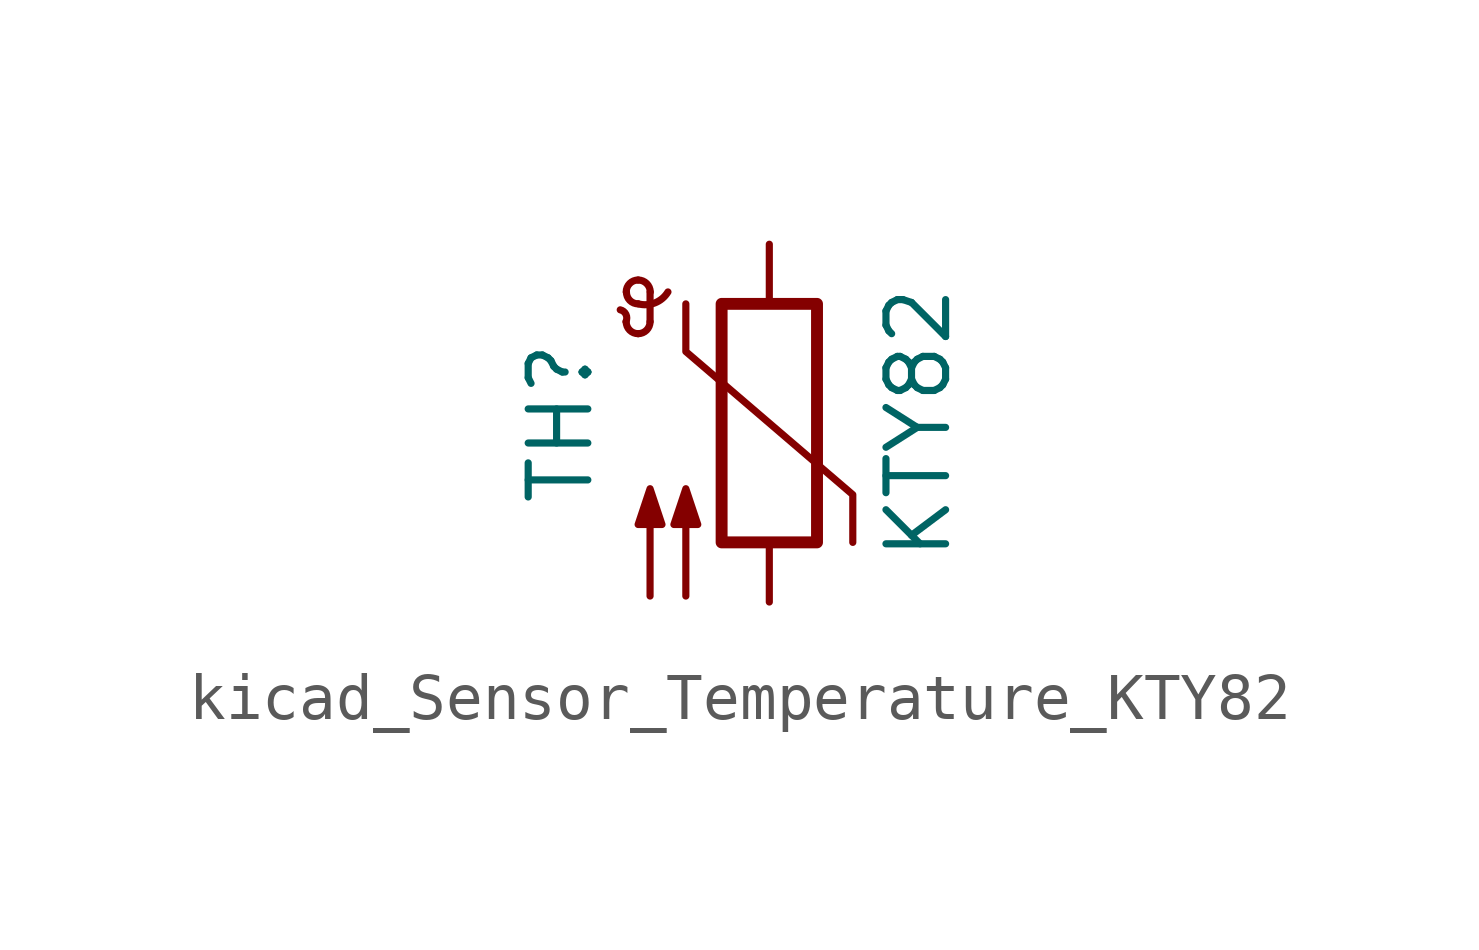
<source format=kicad_sym>
(kicad_symbol_lib
  (version 20220914)
  (generator kicad_symbol_editor)
  (symbol "kicad_Sensor_Temperature_KTY82"
    (pin_numbers hide)
    (pin_names
      (offset 0))
    (property "Reference" "TH"
      (at -4.445 0 90)
      (effects (font (size 1.27 1.27))))
    (property "Value" "KTY82"
      (at 3.175 0 90)
      (effects (font (size 1.27 1.27))))
    (symbol "kicad_Sensor_Temperature_KTY82_0_1"
      (arc (start -3.048 2.159) (mid -3.0495 2.3143) (end -3.175 2.413) (stroke (width 0) (type default)) (fill (type none)))
      (arc (start -3.048 2.159) (mid -2.9736 1.9794) (end -2.794 1.905) (stroke (width 0) (type default)) (fill (type none)))
      (arc (start -3.048 2.794) (mid -2.9736 2.6144) (end -2.794 2.54) (stroke (width 0) (type default)) (fill (type none)))
      (arc (start -2.794 1.905) (mid -2.6144 1.9794) (end -2.54 2.159) (stroke (width 0) (type default)) (fill (type none)))
      (arc (start -2.794 2.54) (mid -2.4393 2.5587) (end -2.159 2.794) (stroke (width 0) (type default)) (fill (type none)))
      (arc (start -2.794 3.048) (mid -2.9736 2.9736) (end -3.048 2.794) (stroke (width 0) (type default)) (fill (type none)))
      (arc (start -2.54 2.794) (mid -2.6144 2.9736) (end -2.794 3.048) (stroke (width 0) (type default)) (fill (type none)))
      (rectangle (start -1.016 2.54) (end 1.016 -2.54) (stroke (width 0.254) (type default)) (fill (type none)))
      (polyline (pts (xy -2.54 2.159) (xy -2.54 2.794)) (stroke (width 0) (type default)) (fill (type none)))
      (polyline (pts (xy -1.778 2.54) (xy -1.778 1.524) (xy 1.778 -1.524) (xy 1.778 -2.54)) (stroke (width 0) (type default)) (fill (type none)))
      (polyline (pts (xy -2.54 -3.683) (xy -2.54 -1.397) (xy -2.794 -2.159) (xy -2.286 -2.159) (xy -2.54 -1.397) (xy -2.54 -1.651)) (stroke (width 0) (type default)) (fill (type outline)))
      (polyline (pts (xy -1.778 -3.683) (xy -1.778 -1.397) (xy -2.032 -2.159) (xy -1.524 -2.159) (xy -1.778 -1.397) (xy -1.778 -1.651)) (stroke (width 0) (type default)) (fill (type outline))))
    (symbol "kicad_Sensor_Temperature_KTY82_1_1"
      (pin passive line (at 0 3.81 270) (length 1.27) (name "~" (effects (font (size 1.27 1.27)))) (number "1" (effects (font (size 1.27 1.27)))))
      (pin passive line (at 0 -3.81 90) (length 1.27) (name "~" (effects (font (size 1.27 1.27)))) (number "2" (effects (font (size 1.27 1.27))))))))
</source>
